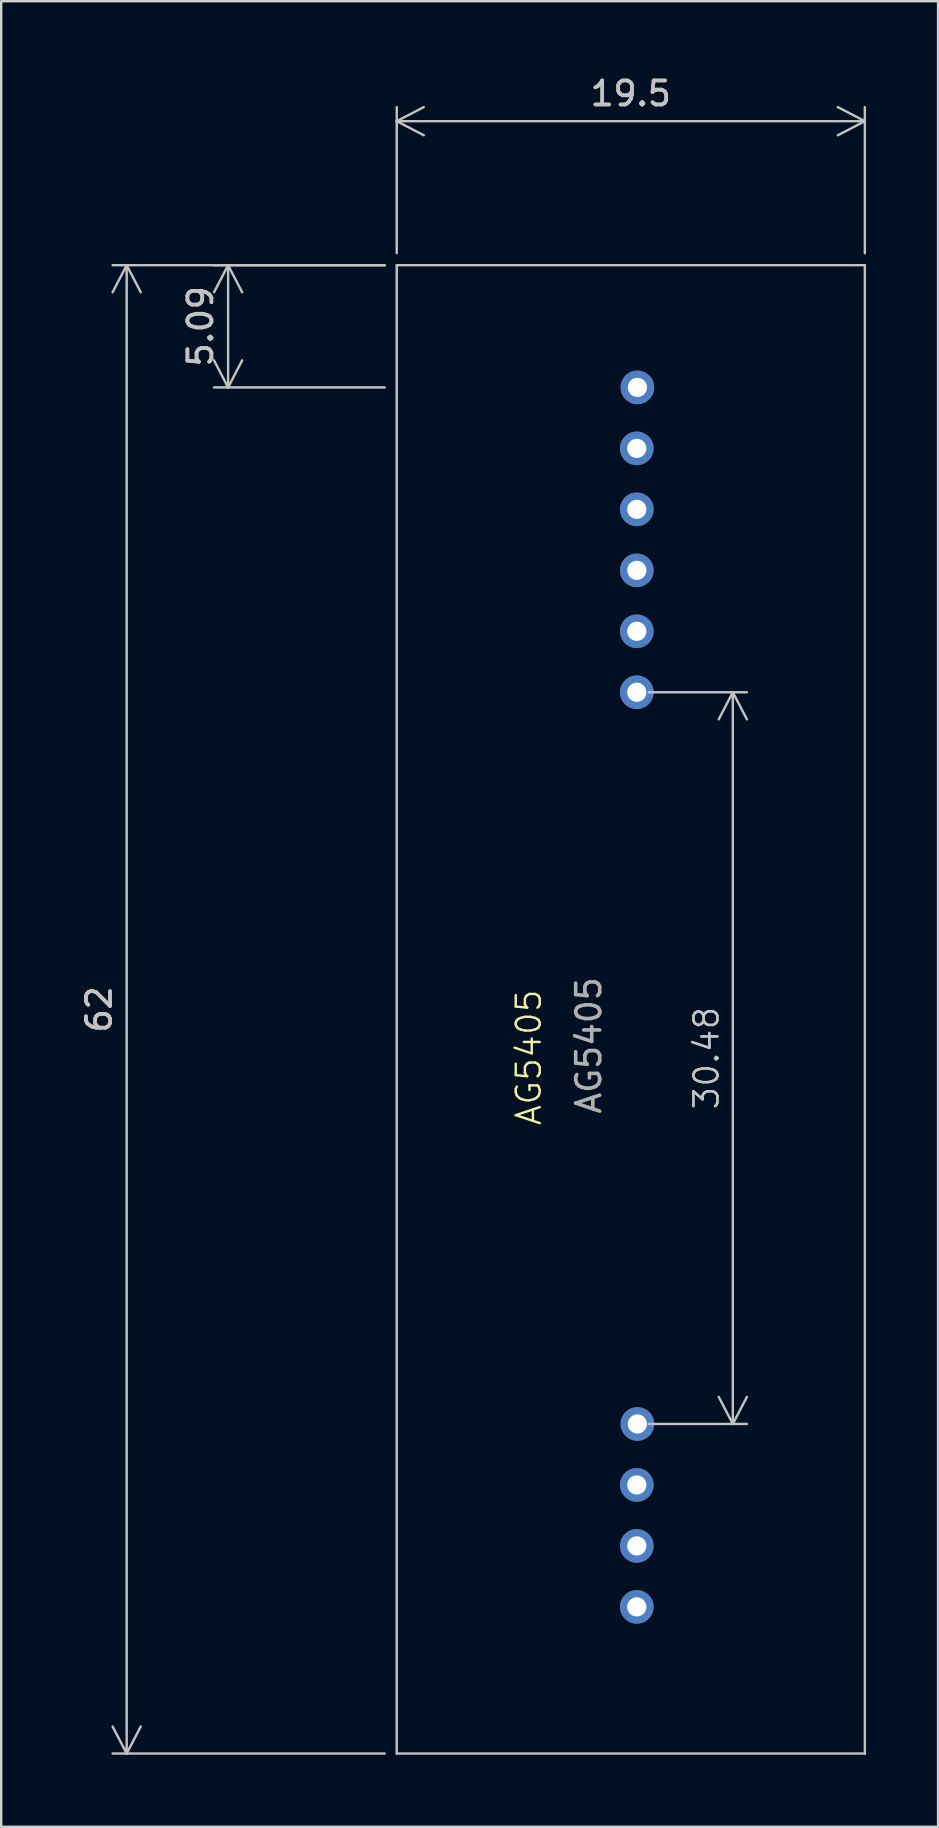
<source format=kicad_pcb>
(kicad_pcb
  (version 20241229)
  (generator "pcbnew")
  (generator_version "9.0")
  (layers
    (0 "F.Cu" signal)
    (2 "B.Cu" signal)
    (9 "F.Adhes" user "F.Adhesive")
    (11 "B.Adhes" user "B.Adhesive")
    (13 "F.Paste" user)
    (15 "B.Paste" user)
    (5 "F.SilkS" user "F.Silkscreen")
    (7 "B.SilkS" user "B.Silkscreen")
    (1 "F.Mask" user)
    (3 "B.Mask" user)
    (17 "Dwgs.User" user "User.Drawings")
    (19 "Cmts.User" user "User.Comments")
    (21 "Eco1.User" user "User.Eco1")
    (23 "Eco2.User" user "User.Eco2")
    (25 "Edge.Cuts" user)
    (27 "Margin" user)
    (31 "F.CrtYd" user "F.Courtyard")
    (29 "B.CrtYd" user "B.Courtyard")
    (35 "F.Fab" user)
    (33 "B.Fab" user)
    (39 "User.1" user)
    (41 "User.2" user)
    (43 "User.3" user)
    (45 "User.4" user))
  (footprint "AG5405"
    (layer "F.Cu")
    (at 23.477 23.248)
    (property "Reference" "AG5405" (at -4.5 17.75 90) (unlocked yes) (layer "F.SilkS") (effects (font (size 1 1) (thickness 0.1))))
    (attr through_hole)
    (fp_line (start -10 -15.25) (end 9.5 -15.25) (stroke (width 0.1) (type default)) (layer "Dwgs.User"))
    (fp_line (start -10 46.75) (end -10 -15.25) (stroke (width 0.1) (type default)) (layer "Dwgs.User"))
    (fp_line (start -10 46.75) (end 9.5 46.75) (stroke (width 0.1) (type default)) (layer "Dwgs.User"))
    (fp_line (start 9.5 46.75) (end 9.5 -15.25) (stroke (width 0.1) (type default)) (layer "Dwgs.User"))
    (fp_text user "${REFERENCE}" (at -2 17.25 90) (unlocked yes) (layer "F.Fab") (effects (font (size 1 1) (thickness 0.15))))
    (dimension (type orthogonal) (layer "Dwgs.User") (pts (xy 32.977 7.998) (xy 13.477 7.998)) (height -6) (orientation 0) (format (prefix "") (suffix "") (units 3) (units_format 0) (precision 4) (suppress_zeroes yes)) (style (thickness 0.1) (arrow_length 1.27) (text_position_mode 0) (arrow_direction outward) (extension_height 0.586) (extension_offset 0.5) (keep_text_aligned yes)) (gr_text "19.5" (at 23.227 0.848 0) (layer "Dwgs.User") (effects (font (size 1 1) (thickness 0.15)))))
    (dimension (type orthogonal) (layer "Dwgs.User") (pts (xy 23.477 25.788) (xy 23.477 56.268)) (height 4) (orientation 1) (format (prefix "") (suffix "") (units 3) (units_format 0) (precision 4) (suppress_zeroes yes)) (style (thickness 0.1) (arrow_length 1.27) (text_position_mode 0) (arrow_direction outward) (extension_height 0.586) (extension_offset 0.5) (keep_text_aligned yes)) (gr_text "30.48" (at 26.377 41.028 90) (layer "Dwgs.User") (effects (font (size 1 1) (thickness 0.1)))))
    (dimension (type orthogonal) (layer "Dwgs.User") (pts (xy 13.477 13.088) (xy 13.477 7.998)) (height -7.025) (orientation 1) (format (prefix "") (suffix "") (units 3) (units_format 0) (precision 4) (suppress_zeroes yes)) (style (thickness 0.1) (arrow_length 1.27) (text_position_mode 0) (arrow_direction outward) (extension_height 0.586) (extension_offset 0.5) (keep_text_aligned yes)) (gr_text "5.09" (at 5.302 10.543 90) (layer "Dwgs.User") (effects (font (size 1 1) (thickness 0.15)))))
    (dimension (type orthogonal) (layer "Dwgs.User") (pts (xy 13.477 7.998) (xy 13.477 69.998)) (height -11.25) (orientation 1) (format (prefix "") (suffix "") (units 3) (units_format 0) (precision 4) (suppress_zeroes yes)) (style (thickness 0.1) (arrow_length 1.27) (text_position_mode 0) (arrow_direction outward) (extension_height 0.586) (extension_offset 0.5) (keep_text_aligned yes)) (gr_text "62" (at 1.077 38.998 90) (layer "Dwgs.User") (effects (font (size 1 1) (thickness 0.15)))))
    (pad "1" thru_hole circle (at 0.025 -10.16) (size 1.4 1.4) (drill 0.8) (layers "*.Cu" "*.Mask"))
    (pad "2" thru_hole circle (at 0 -7.62) (size 1.4 1.4) (drill 0.8) (layers "*.Cu" "*.Mask"))
    (pad "3" thru_hole circle (at 0 -5.08) (size 1.4 1.4) (drill 0.8) (layers "*.Cu" "*.Mask"))
    (pad "4" thru_hole circle (at 0 -2.54) (size 1.4 1.4) (drill 0.8) (layers "*.Cu" "*.Mask"))
    (pad "5" thru_hole circle (at 0 0) (size 1.4 1.4) (drill 0.8) (layers "*.Cu" "*.Mask"))
    (pad "6" thru_hole circle (at 0 2.54) (size 1.4 1.4) (drill 0.8) (layers "*.Cu" "*.Mask"))
    (pad "7" thru_hole circle (at 0.025 33.02) (size 1.4 1.4) (drill 0.8) (layers "*.Cu" "*.Mask"))
    (pad "8" thru_hole circle (at 0 35.56) (size 1.4 1.4) (drill 0.8) (layers "*.Cu" "*.Mask"))
    (pad "9" thru_hole circle (at 0 38.1) (size 1.4 1.4) (drill 0.8) (layers "*.Cu" "*.Mask"))
    (pad "10" thru_hole circle (at 0 40.64) (size 1.4 1.4) (drill 0.8) (layers "*.Cu" "*.Mask")))
  (gr_rect
    (start -3 -3)
    (end 36.027 73.048)
    (stroke (width 0.1) (type default))
    (fill no)
    (layer "Edge.Cuts")))
</source>
